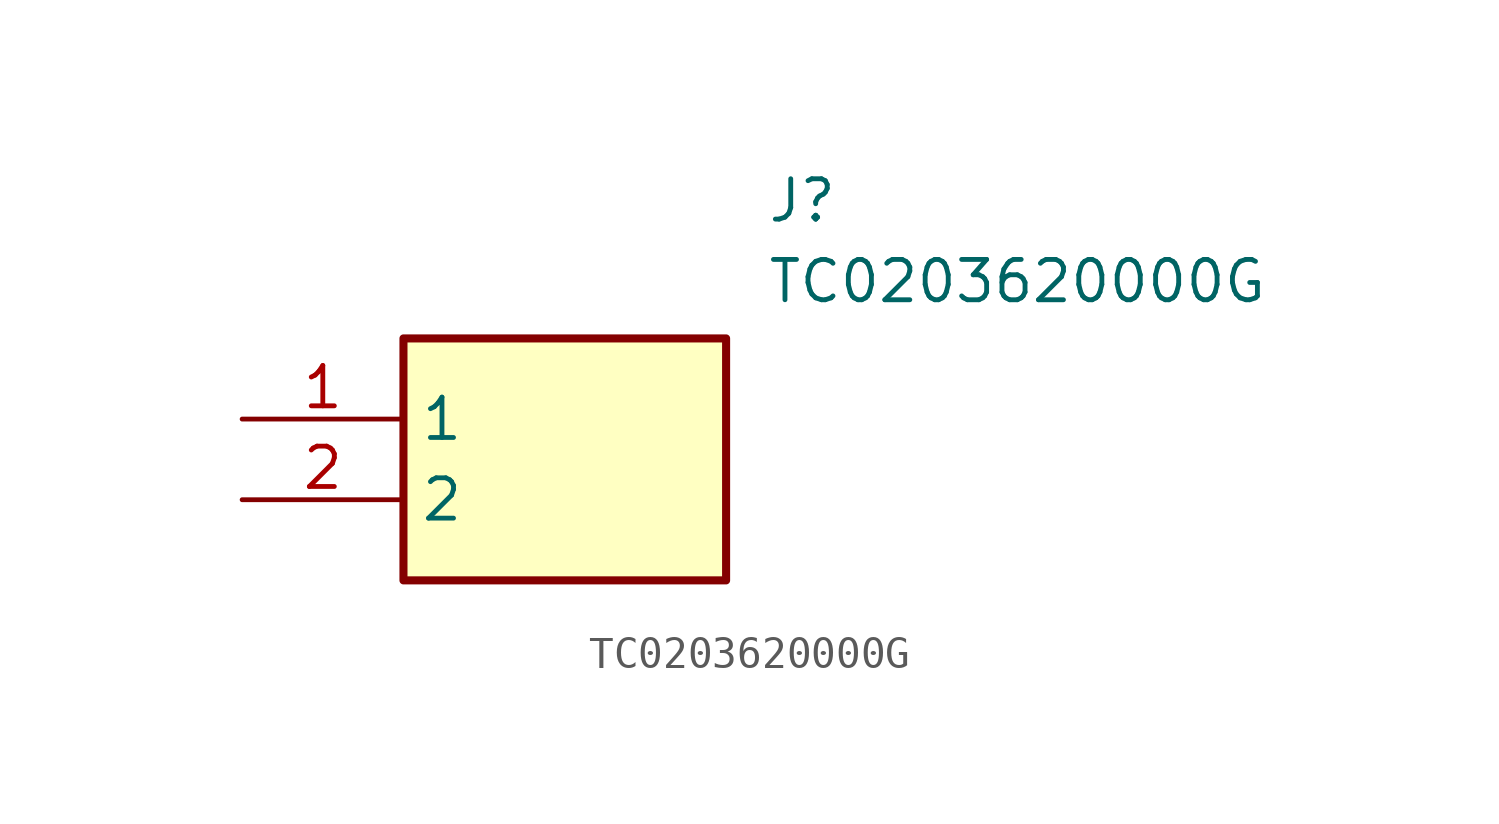
<source format=kicad_sym>
(kicad_symbol_lib
  (version 20211014)
  (generator SamacSys_ECAD_Model)
  (symbol "TC0203620000G"
    (property "Reference" "J"
      (at 16.51 7.62 0)
      (effects (font (size 1.27 1.27)) (justify left top)))
    (property "Value" "TC0203620000G"
      (at 16.51 5.08 0)
      (effects (font (size 1.27 1.27)) (justify left top)))
    (rectangle
      (start 5.08 2.54)
      (end 15.24 -5.08)
      (stroke (width 0.254) (type default))
      (fill (type background)))
    (pin passive line
      (at 0 0 0)
      (length 5.08)
      (name "1" (effects (font (size 1.27 1.27))))
      (number "1" (effects (font (size 1.27 1.27)))))
    (pin passive line
      (at 0 -2.54 0)
      (length 5.08)
      (name "2" (effects (font (size 1.27 1.27))))
      (number "2" (effects (font (size 1.27 1.27)))))))
</source>
